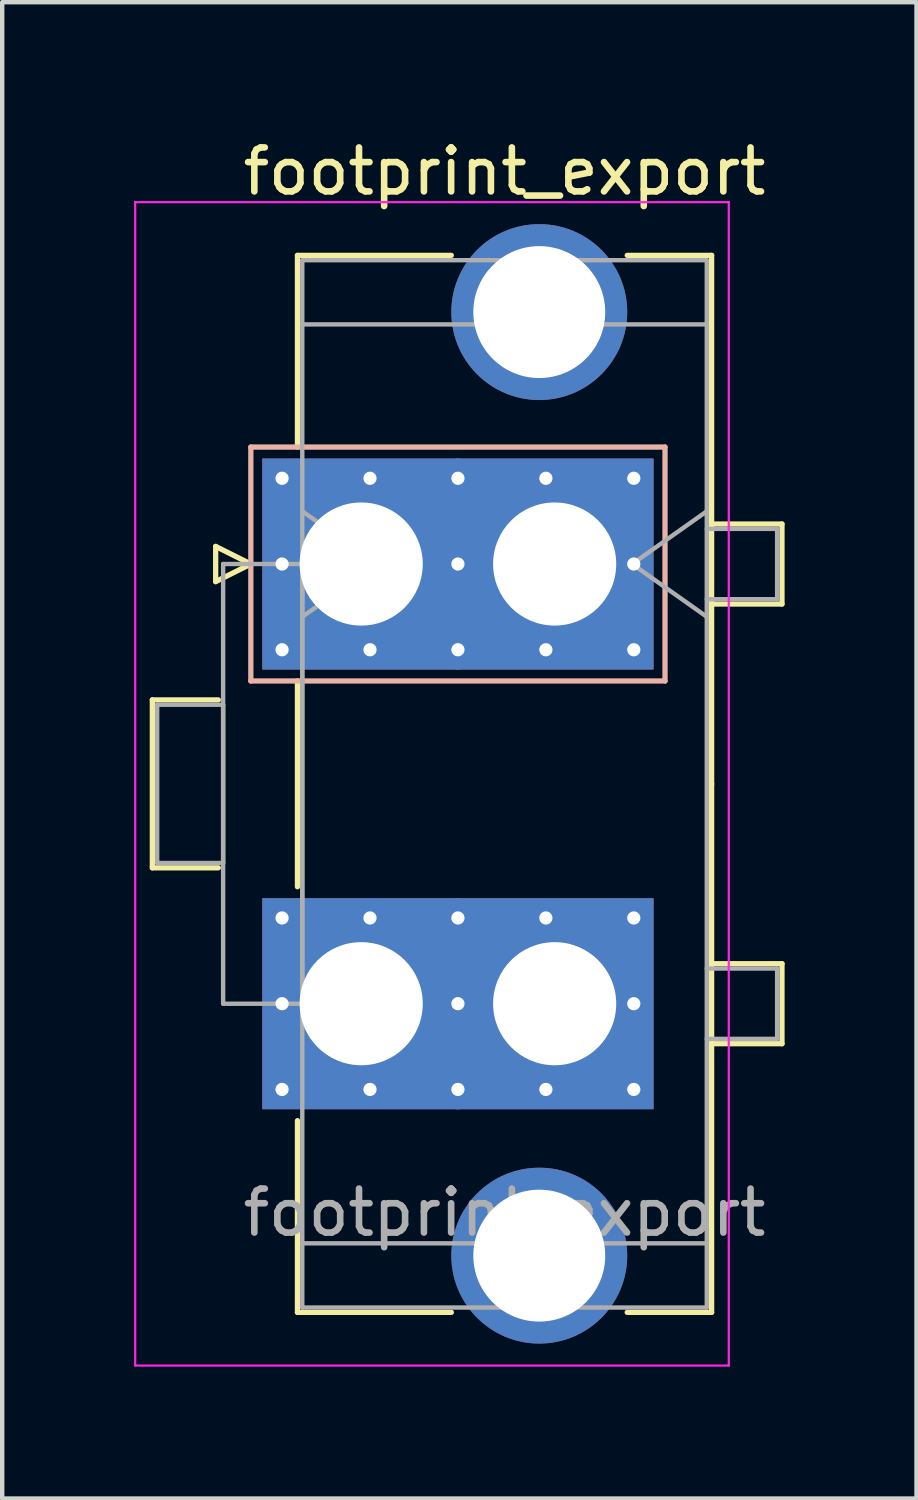
<source format=kicad_pcb>
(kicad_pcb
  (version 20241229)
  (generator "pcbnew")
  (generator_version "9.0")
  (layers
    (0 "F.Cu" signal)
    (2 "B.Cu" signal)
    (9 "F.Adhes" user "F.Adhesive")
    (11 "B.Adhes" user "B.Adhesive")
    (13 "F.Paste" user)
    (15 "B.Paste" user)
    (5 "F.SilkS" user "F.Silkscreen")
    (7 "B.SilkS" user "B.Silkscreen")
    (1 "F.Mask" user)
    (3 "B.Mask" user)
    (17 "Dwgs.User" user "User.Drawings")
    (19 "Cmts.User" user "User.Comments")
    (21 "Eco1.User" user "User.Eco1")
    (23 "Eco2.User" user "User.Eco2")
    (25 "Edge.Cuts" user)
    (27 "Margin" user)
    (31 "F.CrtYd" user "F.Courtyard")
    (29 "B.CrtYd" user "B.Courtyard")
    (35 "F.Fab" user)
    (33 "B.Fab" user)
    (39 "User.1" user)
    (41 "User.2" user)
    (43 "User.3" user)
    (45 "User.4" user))
  (footprint "footprint_export"
    (layer "F.Cu")
    (at 5.165 9.778)
    (property "Reference" "footprint_export" (at 3.26 -8.93 0) (layer "F.SilkS") (effects (font (size 1 1) (thickness 0.15))))
    (attr through_hole)
    (fp_line (start -4.75 3.09) (end -4.75 6.91) (stroke (width 0.12) (type solid)) (layer "F.SilkS"))
    (fp_line (start -4.75 6.91) (end -3.25 6.91) (stroke (width 0.12) (type solid)) (layer "F.SilkS"))
    (fp_line (start -3.31 -0.4) (end -3.31 0.4) (stroke (width 0.12) (type solid)) (layer "F.SilkS"))
    (fp_line (start -3.31 0.4) (end -2.51 0) (stroke (width 0.12) (type solid)) (layer "F.SilkS"))
    (fp_line (start -3.25 3.09) (end -4.75 3.09) (stroke (width 0.12) (type solid)) (layer "F.SilkS"))
    (fp_line (start -2.51 0) (end -3.31 -0.4) (stroke (width 0.12) (type solid)) (layer "F.SilkS"))
    (fp_line (start -1.45 -7.02) (end 2.05 -7.02) (stroke (width 0.12) (type solid)) (layer "F.SilkS"))
    (fp_line (start -1.45 -2.66) (end -1.45 -7.02) (stroke (width 0.12) (type solid)) (layer "F.SilkS"))
    (fp_line (start -1.45 2.66) (end -1.45 7.34) (stroke (width 0.12) (type solid)) (layer "F.SilkS"))
    (fp_line (start -1.45 12.66) (end -1.45 17.02) (stroke (width 0.12) (type solid)) (layer "F.SilkS"))
    (fp_line (start -1.45 17.02) (end 2.05 17.02) (stroke (width 0.12) (type solid)) (layer "F.SilkS"))
    (fp_line (start 6.05 -7.02) (end 7.97 -7.02) (stroke (width 0.12) (type solid)) (layer "F.SilkS"))
    (fp_line (start 6.05 17.02) (end 7.97 17.02) (stroke (width 0.12) (type solid)) (layer "F.SilkS"))
    (fp_line (start 7.97 -7.02) (end 7.97 5) (stroke (width 0.12) (type solid)) (layer "F.SilkS"))
    (fp_line (start 7.97 -0.91) (end 9.57 -0.91) (stroke (width 0.12) (type solid)) (layer "F.SilkS"))
    (fp_line (start 7.97 9.09) (end 9.57 9.09) (stroke (width 0.12) (type solid)) (layer "F.SilkS"))
    (fp_line (start 7.97 17.02) (end 7.97 5) (stroke (width 0.12) (type solid)) (layer "F.SilkS"))
    (fp_line (start 9.57 -0.91) (end 9.57 0.91) (stroke (width 0.12) (type solid)) (layer "F.SilkS"))
    (fp_line (start 9.57 0.91) (end 7.97 0.91) (stroke (width 0.12) (type solid)) (layer "F.SilkS"))
    (fp_line (start 9.57 9.09) (end 9.57 10.91) (stroke (width 0.12) (type solid)) (layer "F.SilkS"))
    (fp_line (start 9.57 10.91) (end 7.97 10.91) (stroke (width 0.12) (type solid)) (layer "F.SilkS"))
    (fp_line (start -2.51 -2.66) (end -2.51 2.66) (stroke (width 0.12) (type solid)) (layer "B.SilkS"))
    (fp_line (start -2.51 2.66) (end 6.91 2.66) (stroke (width 0.12) (type solid)) (layer "B.SilkS"))
    (fp_line (start 6.91 -2.66) (end -2.51 -2.66) (stroke (width 0.12) (type solid)) (layer "B.SilkS"))
    (fp_line (start 6.91 2.66) (end 6.91 -2.66) (stroke (width 0.12) (type solid)) (layer "B.SilkS"))
    (fp_line (start -5.14 -8.23) (end -5.14 18.23) (stroke (width 0.05) (type solid)) (layer "F.CrtYd"))
    (fp_line (start -5.14 18.23) (end 8.36 18.23) (stroke (width 0.05) (type solid)) (layer "F.CrtYd"))
    (fp_line (start 8.36 -8.23) (end -5.14 -8.23) (stroke (width 0.05) (type solid)) (layer "F.CrtYd"))
    (fp_line (start 8.36 18.23) (end 8.36 -8.23) (stroke (width 0.05) (type solid)) (layer "F.CrtYd"))
    (fp_line (start -4.64 3.2) (end -3.14 3.2) (stroke (width 0.1) (type solid)) (layer "F.Fab"))
    (fp_line (start -4.64 6.8) (end -4.64 3.2) (stroke (width 0.1) (type solid)) (layer "F.Fab"))
    (fp_line (start -3.14 0) (end -1.34 0) (stroke (width 0.1) (type solid)) (layer "F.Fab"))
    (fp_line (start -3.14 3.2) (end -3.14 6.8) (stroke (width 0.1) (type solid)) (layer "F.Fab"))
    (fp_line (start -3.14 6.8) (end -4.64 6.8) (stroke (width 0.1) (type solid)) (layer "F.Fab"))
    (fp_line (start -3.14 10) (end -3.14 0) (stroke (width 0.1) (type solid)) (layer "F.Fab"))
    (fp_line (start -1.34 -6.91) (end -1.34 16.91) (stroke (width 0.1) (type solid)) (layer "F.Fab"))
    (fp_line (start -1.34 -5.45) (end 7.86 -5.45) (stroke (width 0.1) (type solid)) (layer "F.Fab"))
    (fp_line (start -1.34 -1.2) (end 0.357 0) (stroke (width 0.1) (type solid)) (layer "F.Fab"))
    (fp_line (start -1.34 0) (end -1.34 10) (stroke (width 0.1) (type solid)) (layer "F.Fab"))
    (fp_line (start -1.34 10) (end -3.14 10) (stroke (width 0.1) (type solid)) (layer "F.Fab"))
    (fp_line (start -1.34 15.45) (end 7.86 15.45) (stroke (width 0.1) (type solid)) (layer "F.Fab"))
    (fp_line (start -1.34 16.91) (end 7.86 16.91) (stroke (width 0.1) (type solid)) (layer "F.Fab"))
    (fp_line (start 0.357 0) (end -1.34 1.2) (stroke (width 0.1) (type solid)) (layer "F.Fab"))
    (fp_line (start 6.163 0) (end 7.86 1.2) (stroke (width 0.1) (type solid)) (layer "F.Fab"))
    (fp_line (start 7.86 -6.91) (end -1.34 -6.91) (stroke (width 0.1) (type solid)) (layer "F.Fab"))
    (fp_line (start 7.86 -1.2) (end 6.163 0) (stroke (width 0.1) (type solid)) (layer "F.Fab"))
    (fp_line (start 7.86 -0.8) (end 9.46 -0.8) (stroke (width 0.1) (type solid)) (layer "F.Fab"))
    (fp_line (start 7.86 9.2) (end 9.46 9.2) (stroke (width 0.1) (type solid)) (layer "F.Fab"))
    (fp_line (start 7.86 16.91) (end 7.86 -6.91) (stroke (width 0.1) (type solid)) (layer "F.Fab"))
    (fp_line (start 9.46 -0.8) (end 9.46 0.8) (stroke (width 0.1) (type solid)) (layer "F.Fab"))
    (fp_line (start 9.46 0.8) (end 7.86 0.8) (stroke (width 0.1) (type solid)) (layer "F.Fab"))
    (fp_line (start 9.46 9.2) (end 9.46 10.8) (stroke (width 0.1) (type solid)) (layer "F.Fab"))
    (fp_line (start 9.46 10.8) (end 7.86 10.8) (stroke (width 0.1) (type solid)) (layer "F.Fab"))
    (fp_text user "${REFERENCE}" (at 3.26 14.75 0) (layer "F.Fab") (effects (font (size 1 1) (thickness 0.15))))
    (pad "" thru_hole circle (at 4.05 -5.73) (size 4 4) (drill 3) (layers "*.Cu" "*.Mask"))
    (pad "" thru_hole circle (at 4.05 15.73) (size 4 4) (drill 3) (layers "*.Cu" "*.Mask"))
    (pad "1" thru_hole roundrect (at -1.8 -1.95) (size 0.6 0.6) (drill 0.3) (layers "*.Cu" "*.Mask") (roundrect_rratio 0.25))
    (pad "1" thru_hole roundrect (at -1.8 0) (size 0.6 0.6) (drill 0.3) (layers "*.Cu" "*.Mask") (roundrect_rratio 0.25))
    (pad "1" thru_hole roundrect (at -1.8 1.95) (size 0.6 0.6) (drill 0.3) (layers "*.Cu" "*.Mask") (roundrect_rratio 0.25))
    (pad "1" thru_hole rect (at 0 0) (size 4.5 4.8) (drill 2.8) (layers "*.Cu" "*.Mask"))
    (pad "1" thru_hole roundrect (at 0.2 -1.95) (size 0.6 0.6) (drill 0.3) (layers "*.Cu" "*.Mask") (roundrect_rratio 0.25))
    (pad "1" thru_hole roundrect (at 0.2 1.95) (size 0.6 0.6) (drill 0.3) (layers "*.Cu" "*.Mask") (roundrect_rratio 0.25))
    (pad "1" thru_hole roundrect (at 2.2 -1.95) (size 0.6 0.6) (drill 0.3) (layers "*.Cu" "*.Mask") (roundrect_rratio 0.25))
    (pad "1" thru_hole roundrect (at 2.2 0) (size 0.6 0.6) (drill 0.3) (layers "*.Cu" "*.Mask") (roundrect_rratio 0.25))
    (pad "1" thru_hole roundrect (at 2.2 1.95) (size 0.6 0.6) (drill 0.3) (layers "*.Cu" "*.Mask") (roundrect_rratio 0.25))
    (pad "1" thru_hole roundrect (at 4.2 -1.95) (size 0.6 0.6) (drill 0.3) (layers "*.Cu" "*.Mask") (roundrect_rratio 0.25))
    (pad "1" thru_hole roundrect (at 4.2 1.95) (size 0.6 0.6) (drill 0.3) (layers "*.Cu" "*.Mask") (roundrect_rratio 0.25))
    (pad "1" thru_hole rect (at 4.4 0) (size 4.5 4.8) (drill 2.8) (layers "*.Cu" "*.Mask"))
    (pad "1" thru_hole roundrect (at 6.2 -1.95) (size 0.6 0.6) (drill 0.3) (layers "*.Cu" "*.Mask") (roundrect_rratio 0.25))
    (pad "1" thru_hole roundrect (at 6.2 0) (size 0.6 0.6) (drill 0.3) (layers "*.Cu" "*.Mask") (roundrect_rratio 0.25))
    (pad "1" thru_hole roundrect (at 6.2 1.95) (size 0.6 0.6) (drill 0.3) (layers "*.Cu" "*.Mask") (roundrect_rratio 0.25))
    (pad "2" thru_hole circle (at -1.8 8.05) (size 0.6 0.6) (drill 0.3) (layers "*.Cu" "*.Mask"))
    (pad "2" thru_hole circle (at -1.8 10) (size 0.6 0.6) (drill 0.3) (layers "*.Cu" "*.Mask"))
    (pad "2" thru_hole circle (at -1.8 11.95) (size 0.6 0.6) (drill 0.3) (layers "*.Cu" "*.Mask"))
    (pad "2" thru_hole rect (at 0 10) (size 4.5 4.8) (drill 2.8) (layers "*.Cu" "*.Mask"))
    (pad "2" thru_hole circle (at 0.2 8.05) (size 0.6 0.6) (drill 0.3) (layers "*.Cu" "*.Mask"))
    (pad "2" thru_hole circle (at 0.2 11.95) (size 0.6 0.6) (drill 0.3) (layers "*.Cu" "*.Mask"))
    (pad "2" thru_hole circle (at 2.2 8.05) (size 0.6 0.6) (drill 0.3) (layers "*.Cu" "*.Mask"))
    (pad "2" thru_hole circle (at 2.2 10) (size 0.6 0.6) (drill 0.3) (layers "*.Cu" "*.Mask"))
    (pad "2" thru_hole circle (at 2.2 11.95) (size 0.6 0.6) (drill 0.3) (layers "*.Cu" "*.Mask"))
    (pad "2" thru_hole circle (at 4.2 8.05) (size 0.6 0.6) (drill 0.3) (layers "*.Cu" "*.Mask"))
    (pad "2" thru_hole circle (at 4.2 11.95) (size 0.6 0.6) (drill 0.3) (layers "*.Cu" "*.Mask"))
    (pad "2" thru_hole rect (at 4.4 10) (size 4.5 4.8) (drill 2.8) (layers "*.Cu" "*.Mask"))
    (pad "2" thru_hole circle (at 6.2 8.05) (size 0.6 0.6) (drill 0.3) (layers "*.Cu" "*.Mask"))
    (pad "2" thru_hole circle (at 6.2 10) (size 0.6 0.6) (drill 0.3) (layers "*.Cu" "*.Mask"))
    (pad "2" thru_hole circle (at 6.2 11.95) (size 0.6 0.6) (drill 0.3) (layers "*.Cu" "*.Mask")))
  (gr_rect
    (start -3 -3)
    (end 17.795 31.033)
    (stroke (width 0.1) (type default))
    (fill no)
    (layer "Edge.Cuts")))
</source>
